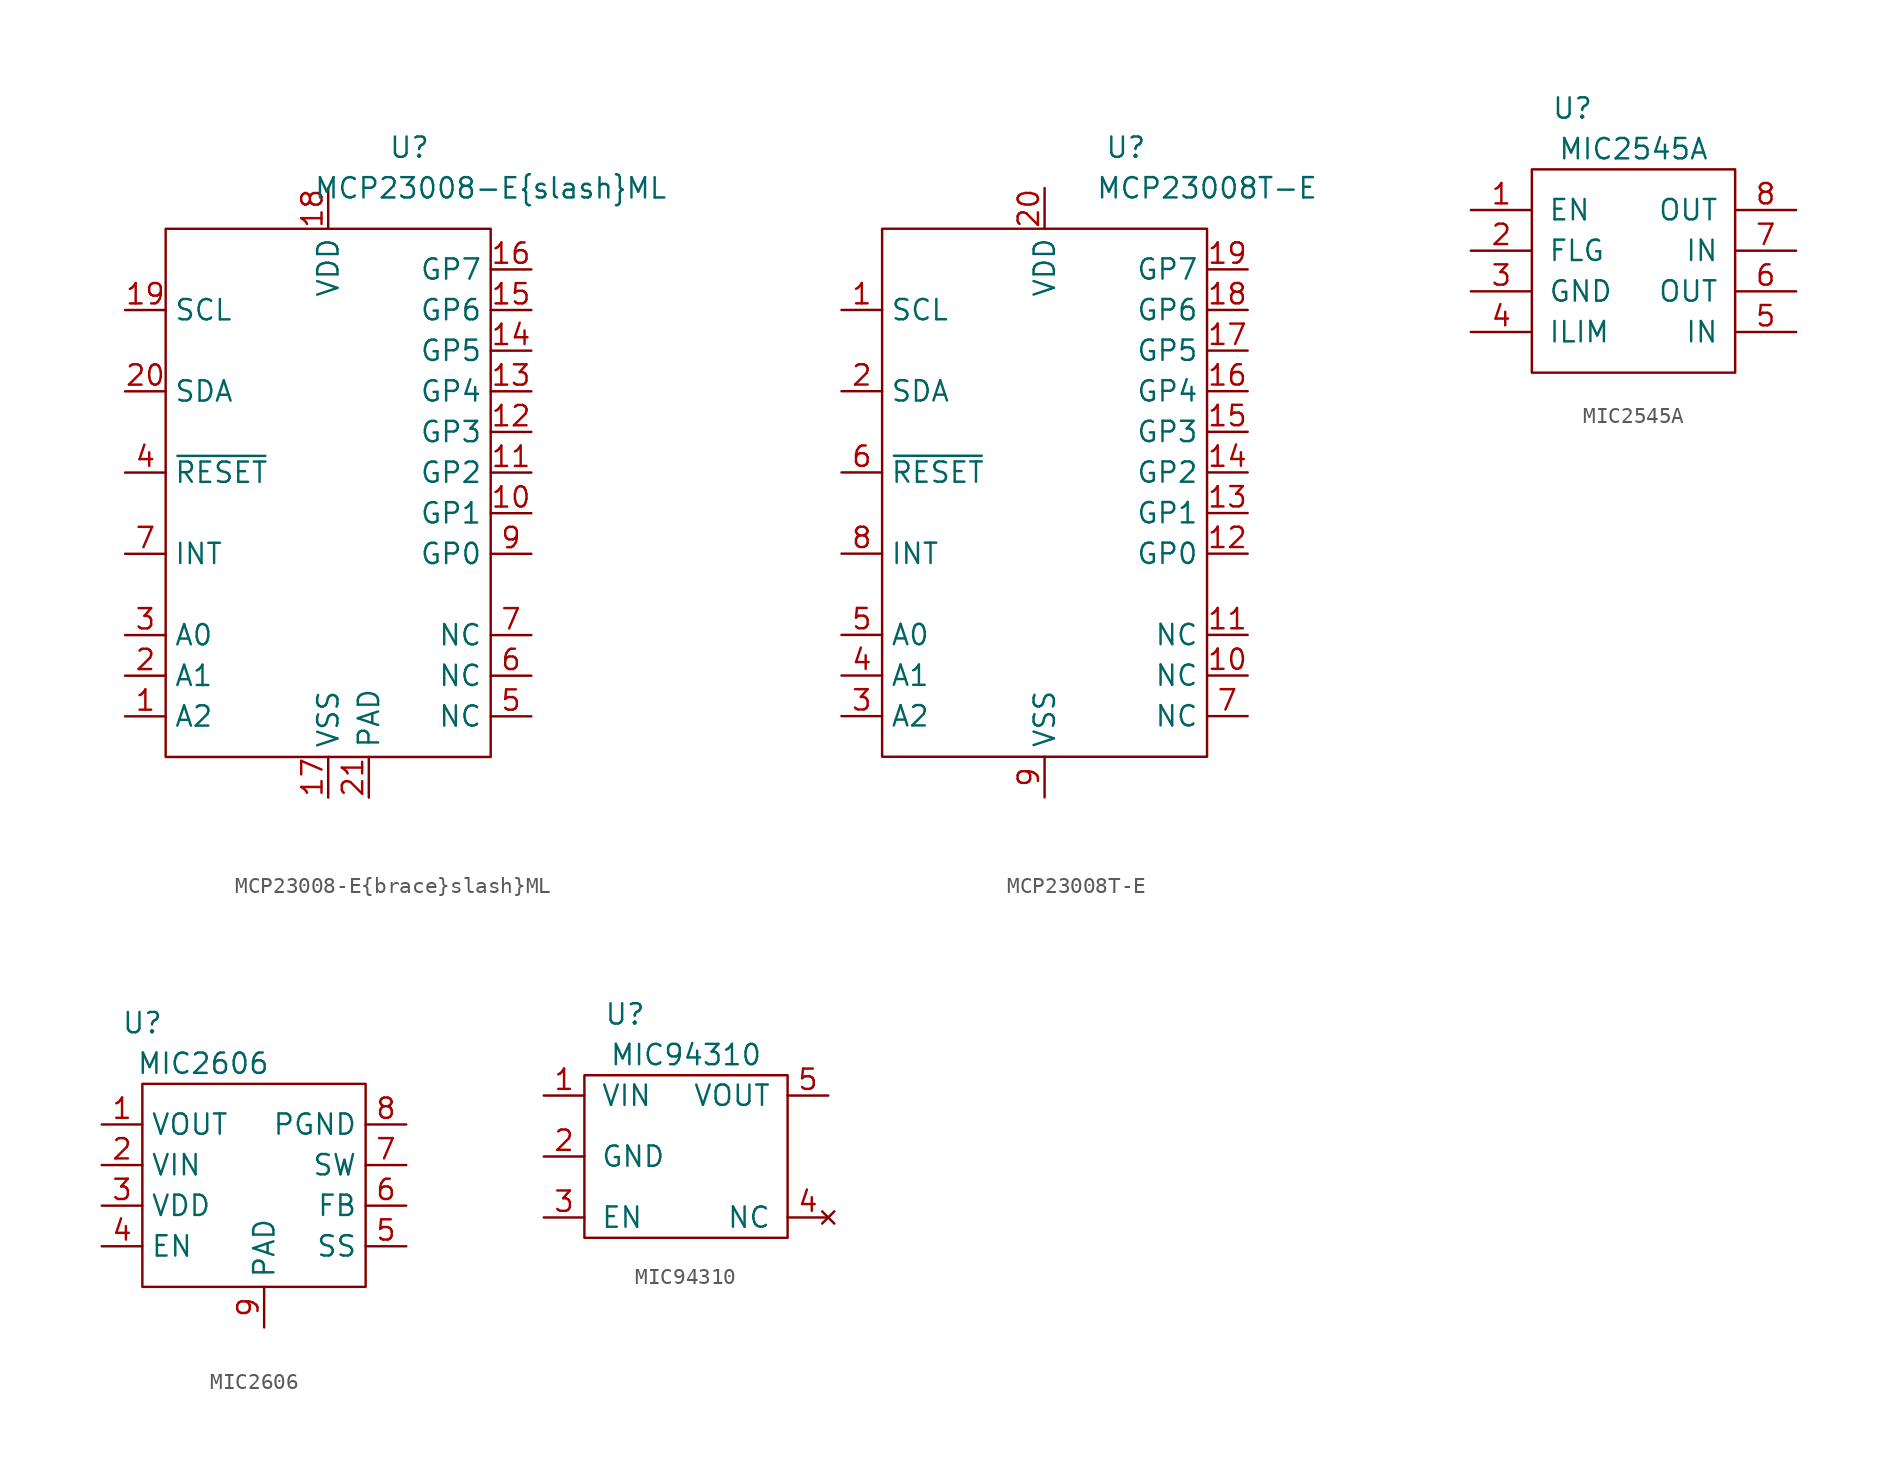
<source format=kicad_sym>
(kicad_symbol_lib
  (version 20211014)
  (generator kicad_symbol_editor)
  (symbol "MCP23008-E{brace}slash}ML"
    (property "Reference" "U"
      (at 5.08 20.32 0)
      (effects (font (size 1.27 1.27))))
    (property "Value" "MCP23008-E{brace}slash}ML"
      (at 10.16 17.78 0)
      (effects (font (size 1.27 1.27))))
    (symbol "MCP23008-E{brace}slash}ML_0_1"
      (rectangle (start -10.16 15.24) (end 10.16 -17.78) (stroke (width 0.152) (type default) (color 0 0 0 0)) (fill (type none))))
    (symbol "MCP23008-E{brace}slash}ML_1_1"
      (pin input line (at -12.7 -15.24 0) (length 2.54) (name "A2" (effects (font (size 1.27 1.27)))) (number "1" (effects (font (size 1.27 1.27)))))
      (pin bidirectional line (at 12.7 -2.54 180) (length 2.54) (name "GP1" (effects (font (size 1.27 1.27)))) (number "10" (effects (font (size 1.27 1.27)))))
      (pin bidirectional line (at 12.7 0 180) (length 2.54) (name "GP2" (effects (font (size 1.27 1.27)))) (number "11" (effects (font (size 1.27 1.27)))))
      (pin bidirectional line (at 12.7 2.54 180) (length 2.54) (name "GP3" (effects (font (size 1.27 1.27)))) (number "12" (effects (font (size 1.27 1.27)))))
      (pin bidirectional line (at 12.7 5.08 180) (length 2.54) (name "GP4" (effects (font (size 1.27 1.27)))) (number "13" (effects (font (size 1.27 1.27)))))
      (pin bidirectional line (at 12.7 7.62 180) (length 2.54) (name "GP5" (effects (font (size 1.27 1.27)))) (number "14" (effects (font (size 1.27 1.27)))))
      (pin bidirectional line (at 12.7 10.16 180) (length 2.54) (name "GP6" (effects (font (size 1.27 1.27)))) (number "15" (effects (font (size 1.27 1.27)))))
      (pin bidirectional line (at 12.7 12.7 180) (length 2.54) (name "GP7" (effects (font (size 1.27 1.27)))) (number "16" (effects (font (size 1.27 1.27)))))
      (pin passive line (at 0 -20.32 90) (length 2.54) (name "VSS" (effects (font (size 1.27 1.27)))) (number "17" (effects (font (size 1.27 1.27)))))
      (pin passive line (at 0 17.78 270) (length 2.54) (name "VDD" (effects (font (size 1.27 1.27)))) (number "18" (effects (font (size 1.27 1.27)))))
      (pin bidirectional line (at -12.7 10.16 0) (length 2.54) (name "SCL" (effects (font (size 1.27 1.27)))) (number "19" (effects (font (size 1.27 1.27)))))
      (pin input line (at -12.7 -12.7 0) (length 2.54) (name "A1" (effects (font (size 1.27 1.27)))) (number "2" (effects (font (size 1.27 1.27)))))
      (pin bidirectional line (at -12.7 5.08 0) (length 2.54) (name "SDA" (effects (font (size 1.27 1.27)))) (number "20" (effects (font (size 1.27 1.27)))))
      (pin passive line (at 2.54 -20.32 90) (length 2.54) (name "PAD" (effects (font (size 1.27 1.27)))) (number "21" (effects (font (size 1.27 1.27)))))
      (pin input line (at -12.7 -10.16 0) (length 2.54) (name "A0" (effects (font (size 1.27 1.27)))) (number "3" (effects (font (size 1.27 1.27)))))
      (pin input line (at -12.7 0 0) (length 2.54) (name "~{RESET}" (effects (font (size 1.27 1.27)))) (number "4" (effects (font (size 1.27 1.27)))))
      (pin open_collector line (at 12.7 -15.24 180) (length 2.54) (name "NC" (effects (font (size 1.27 1.27)))) (number "5" (effects (font (size 1.27 1.27)))))
      (pin open_collector line (at 12.7 -12.7 180) (length 2.54) (name "NC" (effects (font (size 1.27 1.27)))) (number "6" (effects (font (size 1.27 1.27)))))
      (pin open_collector line (at -12.7 -5.08 0) (length 2.54) (name "INT" (effects (font (size 1.27 1.27)))) (number "7" (effects (font (size 1.27 1.27)))))
      (pin open_collector line (at 12.7 -10.16 180) (length 2.54) (name "NC" (effects (font (size 1.27 1.27)))) (number "7" (effects (font (size 1.27 1.27)))))
      (pin bidirectional line (at 12.7 -5.08 180) (length 2.54) (name "GP0" (effects (font (size 1.27 1.27)))) (number "9" (effects (font (size 1.27 1.27)))))))
  (symbol "MCP23008T-E"
    (property "Reference" "U"
      (at 5.08 20.32 0)
      (effects (font (size 1.27 1.27))))
    (property "Value" "MCP23008T-E"
      (at 10.16 17.78 0)
      (effects (font (size 1.27 1.27))))
    (symbol "MCP23008T-E_0_1"
      (rectangle (start -10.16 15.24) (end 10.16 -17.78) (stroke (width 0.152) (type default) (color 0 0 0 0)) (fill (type none))))
    (symbol "MCP23008T-E_1_1"
      (pin bidirectional line (at -12.7 10.16 0) (length 2.54) (name "SCL" (effects (font (size 1.27 1.27)))) (number "1" (effects (font (size 1.27 1.27)))))
      (pin open_collector line (at 12.7 -12.7 180) (length 2.54) (name "NC" (effects (font (size 1.27 1.27)))) (number "10" (effects (font (size 1.27 1.27)))))
      (pin open_collector line (at 12.7 -10.16 180) (length 2.54) (name "NC" (effects (font (size 1.27 1.27)))) (number "11" (effects (font (size 1.27 1.27)))))
      (pin bidirectional line (at 12.7 -5.08 180) (length 2.54) (name "GP0" (effects (font (size 1.27 1.27)))) (number "12" (effects (font (size 1.27 1.27)))))
      (pin bidirectional line (at 12.7 -2.54 180) (length 2.54) (name "GP1" (effects (font (size 1.27 1.27)))) (number "13" (effects (font (size 1.27 1.27)))))
      (pin bidirectional line (at 12.7 0 180) (length 2.54) (name "GP2" (effects (font (size 1.27 1.27)))) (number "14" (effects (font (size 1.27 1.27)))))
      (pin bidirectional line (at 12.7 2.54 180) (length 2.54) (name "GP3" (effects (font (size 1.27 1.27)))) (number "15" (effects (font (size 1.27 1.27)))))
      (pin bidirectional line (at 12.7 5.08 180) (length 2.54) (name "GP4" (effects (font (size 1.27 1.27)))) (number "16" (effects (font (size 1.27 1.27)))))
      (pin bidirectional line (at 12.7 7.62 180) (length 2.54) (name "GP5" (effects (font (size 1.27 1.27)))) (number "17" (effects (font (size 1.27 1.27)))))
      (pin bidirectional line (at 12.7 10.16 180) (length 2.54) (name "GP6" (effects (font (size 1.27 1.27)))) (number "18" (effects (font (size 1.27 1.27)))))
      (pin bidirectional line (at 12.7 12.7 180) (length 2.54) (name "GP7" (effects (font (size 1.27 1.27)))) (number "19" (effects (font (size 1.27 1.27)))))
      (pin bidirectional line (at -12.7 5.08 0) (length 2.54) (name "SDA" (effects (font (size 1.27 1.27)))) (number "2" (effects (font (size 1.27 1.27)))))
      (pin passive line (at 0 17.78 270) (length 2.54) (name "VDD" (effects (font (size 1.27 1.27)))) (number "20" (effects (font (size 1.27 1.27)))))
      (pin input line (at -12.7 -15.24 0) (length 2.54) (name "A2" (effects (font (size 1.27 1.27)))) (number "3" (effects (font (size 1.27 1.27)))))
      (pin input line (at -12.7 -12.7 0) (length 2.54) (name "A1" (effects (font (size 1.27 1.27)))) (number "4" (effects (font (size 1.27 1.27)))))
      (pin input line (at -12.7 -10.16 0) (length 2.54) (name "A0" (effects (font (size 1.27 1.27)))) (number "5" (effects (font (size 1.27 1.27)))))
      (pin input line (at -12.7 0 0) (length 2.54) (name "~{RESET}" (effects (font (size 1.27 1.27)))) (number "6" (effects (font (size 1.27 1.27)))))
      (pin open_collector line (at 12.7 -15.24 180) (length 2.54) (name "NC" (effects (font (size 1.27 1.27)))) (number "7" (effects (font (size 1.27 1.27)))))
      (pin open_collector line (at -12.7 -5.08 0) (length 2.54) (name "INT" (effects (font (size 1.27 1.27)))) (number "8" (effects (font (size 1.27 1.27)))))
      (pin passive line (at 0 -20.32 90) (length 2.54) (name "VSS" (effects (font (size 1.27 1.27)))) (number "9" (effects (font (size 1.27 1.27)))))))
  (symbol "MIC2545A"
    (pin_names
      (offset 1.016))
    (property "Reference" "U"
      (at -3.81 10.16 0)
      (effects (font (size 1.27 1.27))))
    (property "Value" "MIC2545A"
      (at 0 7.62 0)
      (effects (font (size 1.27 1.27))))
    (symbol "MIC2545A_0_1"
      (rectangle (start -6.35 6.35) (end 6.35 -6.35) (stroke (width 0) (type default) (color 0 0 0 0)) (fill (type none))))
    (symbol "MIC2545A_1_1"
      (pin input line (at -10.16 3.81 0) (length 3.81) (name "EN" (effects (font (size 1.27 1.27)))) (number "1" (effects (font (size 1.27 1.27)))))
      (pin open_collector line (at -10.16 1.27 0) (length 3.81) (name "FLG" (effects (font (size 1.27 1.27)))) (number "2" (effects (font (size 1.27 1.27)))))
      (pin passive line (at -10.16 -1.27 0) (length 3.81) (name "GND" (effects (font (size 1.27 1.27)))) (number "3" (effects (font (size 1.27 1.27)))))
      (pin passive line (at -10.16 -3.81 0) (length 3.81) (name "ILIM" (effects (font (size 1.27 1.27)))) (number "4" (effects (font (size 1.27 1.27)))))
      (pin power_in line (at 10.16 -3.81 180) (length 3.81) (name "IN" (effects (font (size 1.27 1.27)))) (number "5" (effects (font (size 1.27 1.27)))))
      (pin power_out line (at 10.16 -1.27 180) (length 3.81) (name "OUT" (effects (font (size 1.27 1.27)))) (number "6" (effects (font (size 1.27 1.27)))))
      (pin power_in line (at 10.16 1.27 180) (length 3.81) (name "IN" (effects (font (size 1.27 1.27)))) (number "7" (effects (font (size 1.27 1.27)))))
      (pin power_out line (at 10.16 3.81 180) (length 3.81) (name "OUT" (effects (font (size 1.27 1.27)))) (number "8" (effects (font (size 1.27 1.27)))))))
  (symbol "MIC2606"
    (property "Reference" "U"
      (at -7.62 10.16 0)
      (effects (font (size 1.27 1.27))))
    (property "Value" "MIC2606"
      (at -3.81 7.62 0)
      (effects (font (size 1.27 1.27))))
    (symbol "MIC2606_0_1"
      (rectangle (start -7.62 6.35) (end 6.35 -6.35) (stroke (width 0.152) (type default) (color 0 0 0 0)) (fill (type none))))
    (symbol "MIC2606_1_1"
      (pin input line (at -10.16 3.81 0) (length 2.54) (name "VOUT" (effects (font (size 1.27 1.27)))) (number "1" (effects (font (size 1.27 1.27)))))
      (pin input line (at -10.16 1.27 0) (length 2.54) (name "VIN" (effects (font (size 1.27 1.27)))) (number "2" (effects (font (size 1.27 1.27)))))
      (pin input line (at -10.16 -1.27 0) (length 2.54) (name "VDD" (effects (font (size 1.27 1.27)))) (number "3" (effects (font (size 1.27 1.27)))))
      (pin input line (at -10.16 -3.81 0) (length 2.54) (name "EN" (effects (font (size 1.27 1.27)))) (number "4" (effects (font (size 1.27 1.27)))))
      (pin input line (at 8.89 -3.81 180) (length 2.54) (name "SS" (effects (font (size 1.27 1.27)))) (number "5" (effects (font (size 1.27 1.27)))))
      (pin input line (at 8.89 -1.27 180) (length 2.54) (name "FB" (effects (font (size 1.27 1.27)))) (number "6" (effects (font (size 1.27 1.27)))))
      (pin input line (at 8.89 1.27 180) (length 2.54) (name "SW" (effects (font (size 1.27 1.27)))) (number "7" (effects (font (size 1.27 1.27)))))
      (pin input line (at 8.89 3.81 180) (length 2.54) (name "PGND" (effects (font (size 1.27 1.27)))) (number "8" (effects (font (size 1.27 1.27)))))
      (pin input line (at 0 -8.89 90) (length 2.54) (name "PAD" (effects (font (size 1.27 1.27)))) (number "9" (effects (font (size 1.27 1.27)))))))
  (symbol "MIC94310"
    (pin_names
      (offset 1.016))
    (property "Reference" "U"
      (at -3.81 8.89 0)
      (effects (font (size 1.27 1.27))))
    (property "Value" "MIC94310"
      (at 0 6.35 0)
      (effects (font (size 1.27 1.27))))
    (symbol "MIC94310_0_1"
      (rectangle (start -6.35 5.08) (end 6.35 -5.08) (stroke (width 0) (type default) (color 0 0 0 0)) (fill (type none))))
    (symbol "MIC94310_1_1"
      (pin power_in line (at -8.89 3.81 0) (length 2.54) (name "VIN" (effects (font (size 1.27 1.27)))) (number "1" (effects (font (size 1.27 1.27)))))
      (pin passive line (at -8.89 0 0) (length 2.54) (name "GND" (effects (font (size 1.27 1.27)))) (number "2" (effects (font (size 1.27 1.27)))))
      (pin input line (at -8.89 -3.81 0) (length 2.54) (name "EN" (effects (font (size 1.27 1.27)))) (number "3" (effects (font (size 1.27 1.27)))))
      (pin no_connect line (at 8.89 -3.81 180) (length 2.54) (name "NC" (effects (font (size 1.27 1.27)))) (number "4" (effects (font (size 1.27 1.27)))))
      (pin power_out line (at 8.89 3.81 180) (length 2.54) (name "VOUT" (effects (font (size 1.27 1.27)))) (number "5" (effects (font (size 1.27 1.27))))))))
</source>
